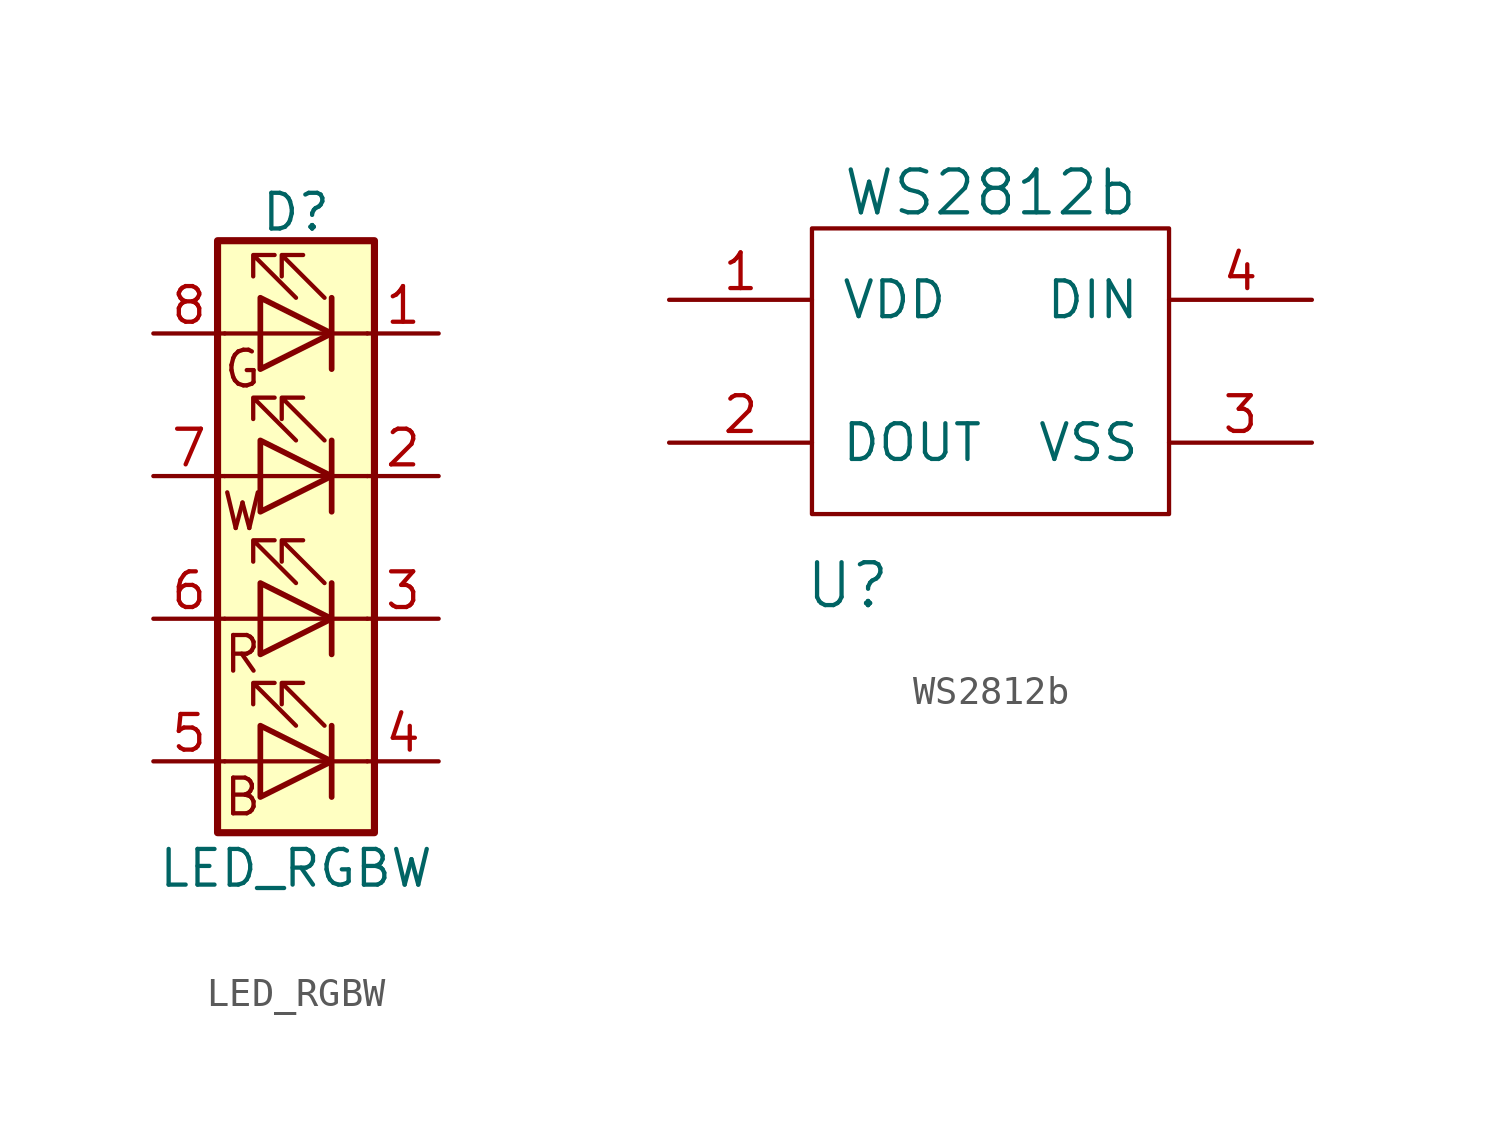
<source format=kicad_sym>
(kicad_symbol_lib
  (version 20211014)
  (generator kicad_symbol_editor)
  (symbol "LED_RGBW"
    (pin_names
      (offset 0) hide)
    (property "Reference" "D"
      (at 0 11.938 0)
      (effects (font (size 1.27 1.27))))
    (property "Value" "LED_RGBW"
      (at 0 -11.43 0)
      (effects (font (size 1.27 1.27))))
    (symbol "LED_RGBW_0_0"
      (text "B" (at -1.905 -8.89 0) (effects (font (size 1.27 1.27))))
      (text "G" (at -1.905 6.35 0) (effects (font (size 1.27 1.27))))
      (text "R" (at -1.905 -3.81 0) (effects (font (size 1.27 1.27))))
      (text "W" (at -1.905 1.27 0) (effects (font (size 1.27 1.27)))))
    (symbol "LED_RGBW_0_1"
      (rectangle (start -2.794 10.922) (end 2.794 -10.16) (stroke (width 0.254) (type default) (color 0 0 0 0)) (fill (type background)))
      (rectangle (start -1.27 1.27) (end -1.27 3.81) (stroke (width 0) (type default) (color 0 0 0 0)) (fill (type none)))
      (rectangle (start -1.27 3.81) (end -1.27 3.81) (stroke (width 0) (type default) (color 0 0 0 0)) (fill (type none)))
      (rectangle (start -1.27 6.35) (end -1.27 8.89) (stroke (width 0) (type default) (color 0 0 0 0)) (fill (type none)))
      (rectangle (start -1.27 8.89) (end -1.27 8.89) (stroke (width 0) (type default) (color 0 0 0 0)) (fill (type none)))
      (polyline (pts (xy -1.27 -7.62) (xy -2.54 -7.62)) (stroke (width 0) (type default) (color 0 0 0 0)) (fill (type none)))
      (polyline (pts (xy -1.27 -2.54) (xy -2.54 -2.54)) (stroke (width 0) (type default) (color 0 0 0 0)) (fill (type none)))
      (polyline (pts (xy -1.27 2.54) (xy -2.54 2.54)) (stroke (width 0) (type default) (color 0 0 0 0)) (fill (type none)))
      (polyline (pts (xy -1.27 2.54) (xy 1.27 2.54)) (stroke (width 0) (type default) (color 0 0 0 0)) (fill (type none)))
      (polyline (pts (xy -1.27 7.62) (xy -2.54 7.62)) (stroke (width 0) (type default) (color 0 0 0 0)) (fill (type none)))
      (polyline (pts (xy 1.27 -7.62) (xy -1.27 -7.62)) (stroke (width 0) (type default) (color 0 0 0 0)) (fill (type none)))
      (polyline (pts (xy 1.27 -7.62) (xy 2.54 -7.62)) (stroke (width 0) (type default) (color 0 0 0 0)) (fill (type none)))
      (polyline (pts (xy 1.27 -6.35) (xy 1.27 -8.89)) (stroke (width 0) (type default) (color 0 0 0 0)) (fill (type none)))
      (polyline (pts (xy 1.27 -6.35) (xy 1.27 -8.89)) (stroke (width 0.203) (type default) (color 0 0 0 0)) (fill (type none)))
      (polyline (pts (xy 1.27 -2.54) (xy -1.27 -2.54)) (stroke (width 0) (type default) (color 0 0 0 0)) (fill (type none)))
      (polyline (pts (xy 1.27 -2.54) (xy 2.54 -2.54)) (stroke (width 0) (type default) (color 0 0 0 0)) (fill (type none)))
      (polyline (pts (xy 1.27 -1.27) (xy 1.27 -3.81)) (stroke (width 0) (type default) (color 0 0 0 0)) (fill (type none)))
      (polyline (pts (xy 1.27 -1.27) (xy 1.27 -3.81)) (stroke (width 0.203) (type default) (color 0 0 0 0)) (fill (type none)))
      (polyline (pts (xy 1.27 2.54) (xy 2.54 2.54)) (stroke (width 0) (type default) (color 0 0 0 0)) (fill (type none)))
      (polyline (pts (xy 1.27 3.81) (xy 1.27 1.27)) (stroke (width 0.203) (type default) (color 0 0 0 0)) (fill (type none)))
      (polyline (pts (xy 1.27 7.62) (xy -1.27 7.62)) (stroke (width 0) (type default) (color 0 0 0 0)) (fill (type none)))
      (polyline (pts (xy 1.27 7.62) (xy 2.54 7.62)) (stroke (width 0) (type default) (color 0 0 0 0)) (fill (type none)))
      (polyline (pts (xy 1.27 8.89) (xy 1.27 6.35)) (stroke (width 0.203) (type default) (color 0 0 0 0)) (fill (type none)))
      (polyline (pts (xy 1.27 3.81) (xy 1.27 1.27) (xy 1.27 1.27)) (stroke (width 0) (type default) (color 0 0 0 0)) (fill (type none)))
      (polyline (pts (xy 1.27 8.89) (xy 1.27 6.35) (xy 1.27 6.35)) (stroke (width 0) (type default) (color 0 0 0 0)) (fill (type none)))
      (polyline (pts (xy -1.27 -6.35) (xy -1.27 -8.89) (xy 1.27 -7.62) (xy -1.27 -6.35)) (stroke (width 0.203) (type default) (color 0 0 0 0)) (fill (type none)))
      (polyline (pts (xy -1.27 -1.27) (xy -1.27 -3.81) (xy 1.27 -2.54) (xy -1.27 -1.27)) (stroke (width 0.203) (type default) (color 0 0 0 0)) (fill (type none)))
      (polyline (pts (xy -1.27 3.81) (xy -1.27 1.27) (xy 1.27 2.54) (xy -1.27 3.81)) (stroke (width 0.203) (type default) (color 0 0 0 0)) (fill (type none)))
      (polyline (pts (xy -1.27 8.89) (xy -1.27 6.35) (xy 1.27 7.62) (xy -1.27 8.89)) (stroke (width 0.203) (type default) (color 0 0 0 0)) (fill (type none)))
      (polyline (pts (xy 0 -6.35) (xy -1.524 -4.826) (xy -0.762 -4.826) (xy -1.524 -4.826) (xy -1.524 -5.588)) (stroke (width 0) (type default) (color 0 0 0 0)) (fill (type none)))
      (polyline (pts (xy 0 -1.27) (xy -1.524 0.254) (xy -0.762 0.254) (xy -1.524 0.254) (xy -1.524 -0.508)) (stroke (width 0) (type default) (color 0 0 0 0)) (fill (type none)))
      (polyline (pts (xy 0 3.81) (xy -1.524 5.334) (xy -0.762 5.334) (xy -1.524 5.334) (xy -1.524 4.572)) (stroke (width 0) (type default) (color 0 0 0 0)) (fill (type none)))
      (polyline (pts (xy 0 8.89) (xy -1.524 10.414) (xy -0.762 10.414) (xy -1.524 10.414) (xy -1.524 9.652)) (stroke (width 0) (type default) (color 0 0 0 0)) (fill (type none)))
      (polyline (pts (xy 1.016 -6.35) (xy -0.508 -4.826) (xy 0.254 -4.826) (xy -0.508 -4.826) (xy -0.508 -5.588)) (stroke (width 0) (type default) (color 0 0 0 0)) (fill (type none)))
      (polyline (pts (xy 1.016 -1.27) (xy -0.508 0.254) (xy 0.254 0.254) (xy -0.508 0.254) (xy -0.508 -0.508)) (stroke (width 0) (type default) (color 0 0 0 0)) (fill (type none)))
      (polyline (pts (xy 1.016 3.81) (xy -0.508 5.334) (xy 0.254 5.334) (xy -0.508 5.334) (xy -0.508 4.572)) (stroke (width 0) (type default) (color 0 0 0 0)) (fill (type none)))
      (polyline (pts (xy 1.016 8.89) (xy -0.508 10.414) (xy 0.254 10.414) (xy -0.508 10.414) (xy -0.508 9.652)) (stroke (width 0) (type default) (color 0 0 0 0)) (fill (type none))))
    (symbol "LED_RGBW_1_1"
      (pin passive line (at 5.08 7.62 180) (length 2.54) (name "RK" (effects (font (size 1.27 1.27)))) (number "1" (effects (font (size 1.27 1.27)))))
      (pin passive line (at 5.08 2.54 180) (length 2.54) (name "GK" (effects (font (size 1.27 1.27)))) (number "2" (effects (font (size 1.27 1.27)))))
      (pin passive line (at 5.08 -2.54 180) (length 2.54) (name "BK" (effects (font (size 1.27 1.27)))) (number "3" (effects (font (size 1.27 1.27)))))
      (pin passive line (at 5.08 -7.62 180) (length 2.54) (name "WK" (effects (font (size 1.27 1.27)))) (number "4" (effects (font (size 1.27 1.27)))))
      (pin passive line (at -5.08 -7.62 0) (length 2.54) (name "WA" (effects (font (size 1.27 1.27)))) (number "5" (effects (font (size 1.27 1.27)))))
      (pin passive line (at -5.08 -2.54 0) (length 2.54) (name "BA" (effects (font (size 1.27 1.27)))) (number "6" (effects (font (size 1.27 1.27)))))
      (pin passive line (at -5.08 2.54 0) (length 2.54) (name "GA" (effects (font (size 1.27 1.27)))) (number "7" (effects (font (size 1.27 1.27)))))
      (pin passive line (at -5.08 7.62 0) (length 2.54) (name "RA" (effects (font (size 1.27 1.27)))) (number "8" (effects (font (size 1.27 1.27)))))))
  (symbol "WS2812b"
    (pin_names
      (offset 1.016))
    (property "Reference" "U"
      (at 1.27 -2.54 0)
      (effects (font (size 1.524 1.524))))
    (property "Value" "WS2812b"
      (at 6.35 11.43 0)
      (effects (font (size 1.524 1.524))))
    (property "Footprint" ""
      (at 0 -1.27 0)
      (effects (font (size 1.524 1.524))))
    (property "Datasheet" ""
      (at 0 -1.27 0)
      (effects (font (size 1.524 1.524))))
    (symbol "WS2812b_0_1"
      (rectangle (start 0 10.16) (end 12.7 0) (stroke (width 0) (type default) (color 0 0 0 0)) (fill (type none))))
    (symbol "WS2812b_1_1"
      (pin input line (at -5.08 7.62 0) (length 5.08) (name "VDD" (effects (font (size 1.27 1.27)))) (number "1" (effects (font (size 1.27 1.27)))))
      (pin input line (at -5.08 2.54 0) (length 5.08) (name "DOUT" (effects (font (size 1.27 1.27)))) (number "2" (effects (font (size 1.27 1.27)))))
      (pin input line (at 17.78 2.54 180) (length 5.08) (name "VSS" (effects (font (size 1.27 1.27)))) (number "3" (effects (font (size 1.27 1.27)))))
      (pin input line (at 17.78 7.62 180) (length 5.08) (name "DIN" (effects (font (size 1.27 1.27)))) (number "4" (effects (font (size 1.27 1.27))))))))
</source>
